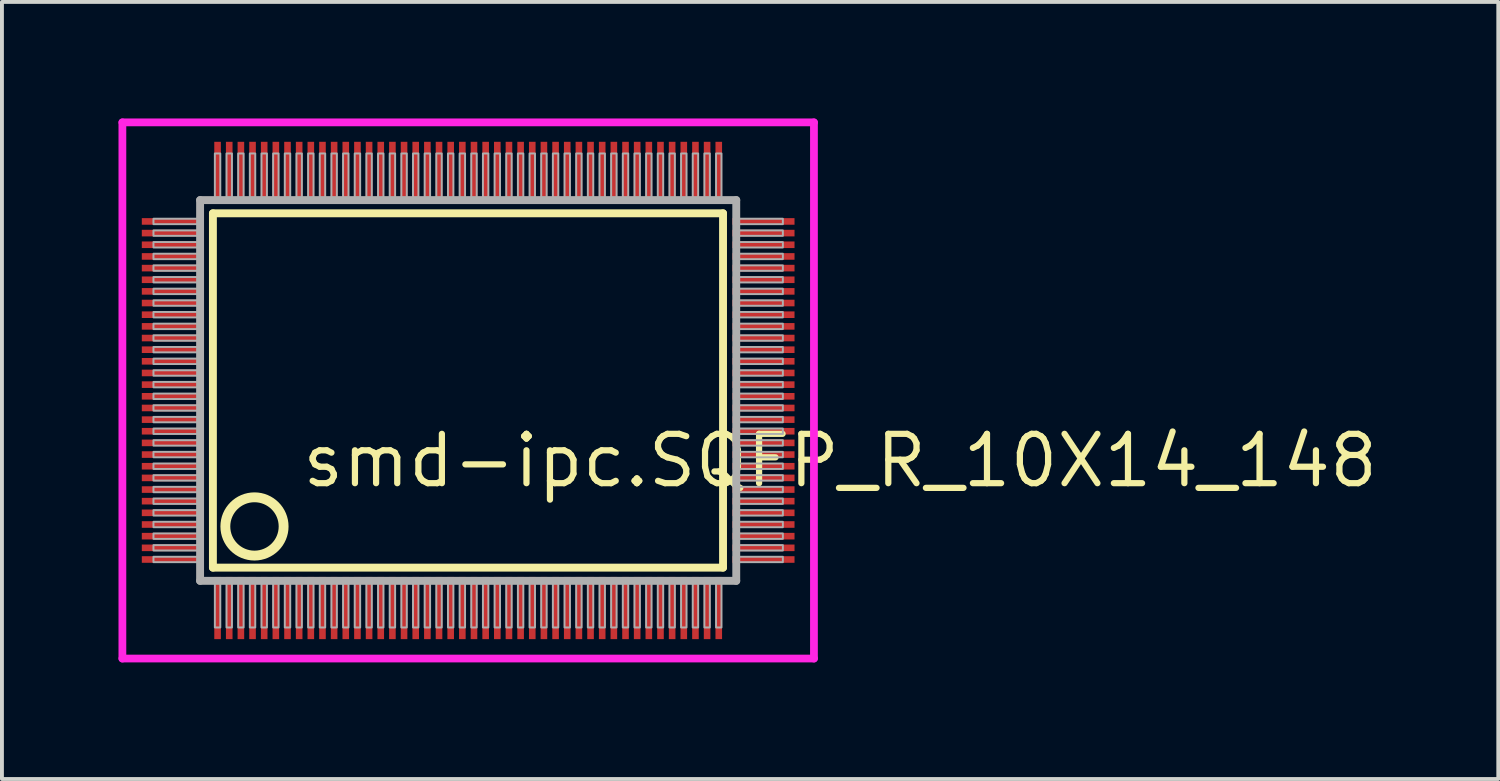
<source format=kicad_pcb>
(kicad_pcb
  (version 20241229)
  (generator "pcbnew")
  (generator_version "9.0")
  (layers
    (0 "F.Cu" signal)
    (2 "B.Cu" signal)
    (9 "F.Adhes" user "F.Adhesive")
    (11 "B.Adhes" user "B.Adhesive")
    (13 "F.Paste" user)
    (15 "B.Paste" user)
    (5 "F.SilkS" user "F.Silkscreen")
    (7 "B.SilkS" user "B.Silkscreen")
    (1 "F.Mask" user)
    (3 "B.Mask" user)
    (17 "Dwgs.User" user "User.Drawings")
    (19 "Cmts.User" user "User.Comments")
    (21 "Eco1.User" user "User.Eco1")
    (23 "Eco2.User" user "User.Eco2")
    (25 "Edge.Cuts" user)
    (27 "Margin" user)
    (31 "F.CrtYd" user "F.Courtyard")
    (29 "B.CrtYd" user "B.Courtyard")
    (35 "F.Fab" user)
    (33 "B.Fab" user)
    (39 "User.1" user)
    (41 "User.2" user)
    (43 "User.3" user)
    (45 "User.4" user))
  (footprint "smd-ipc.SQFP_R_10X14_148"
    (layer "F.Cu")
    (at 9 7)
    (property "Reference" "smd-ipc.SQFP_R_10X14_148" (at -4.35 2.55 0) (layer "F.SilkS") (effects (font (size 1.27 1.27) (thickness 0.16)) (justify left bottom)))
    (attr smd)
    (fp_line (start -6.57 -4.56) (end 6.56 -4.56) (stroke (width 0.203) (type default)) (layer "F.SilkS"))
    (fp_line (start -6.57 4.56) (end -6.57 -4.56) (stroke (width 0.203) (type default)) (layer "F.SilkS"))
    (fp_line (start 6.56 -4.56) (end 6.56 4.56) (stroke (width 0.203) (type default)) (layer "F.SilkS"))
    (fp_line (start 6.56 4.56) (end -6.57 4.56) (stroke (width 0.203) (type default)) (layer "F.SilkS"))
    (fp_circle (center -5.5 3.5) (end -4.75 3.5) (stroke (width 0.254) (type default)) (fill no) (layer "F.SilkS"))
    (fp_line (start -8.9 -6.9) (end 8.9 -6.9) (stroke (width 0.2) (type default)) (layer "F.CrtYd"))
    (fp_line (start -8.9 6.9) (end -8.9 -6.9) (stroke (width 0.2) (type default)) (layer "F.CrtYd"))
    (fp_line (start 8.9 -6.9) (end 8.9 6.9) (stroke (width 0.2) (type default)) (layer "F.CrtYd"))
    (fp_line (start 8.9 6.9) (end -8.9 6.9) (stroke (width 0.2) (type default)) (layer "F.CrtYd"))
    (fp_line (start -6.9 -4.9) (end -6.9 4.9) (stroke (width 0.203) (type default)) (layer "F.Fab"))
    (fp_line (start -6.9 4.9) (end 6.9 4.9) (stroke (width 0.203) (type default)) (layer "F.Fab"))
    (fp_line (start 6.9 -4.9) (end -6.9 -4.9) (stroke (width 0.203) (type default)) (layer "F.Fab"))
    (fp_line (start 6.9 4.9) (end 6.9 -4.9) (stroke (width 0.203) (type default)) (layer "F.Fab"))
    (fp_rect (start -8.1 -4.28) (end -6.95 -4.42) (stroke (width 0.05) (type default)) (fill no) (layer "F.Fab"))
    (fp_rect (start -8.1 -3.98) (end -6.95 -4.12) (stroke (width 0.05) (type default)) (fill no) (layer "F.Fab"))
    (fp_rect (start -8.1 -3.68) (end -6.95 -3.82) (stroke (width 0.05) (type default)) (fill no) (layer "F.Fab"))
    (fp_rect (start -8.1 -3.38) (end -6.95 -3.52) (stroke (width 0.05) (type default)) (fill no) (layer "F.Fab"))
    (fp_rect (start -8.1 -3.08) (end -6.95 -3.22) (stroke (width 0.05) (type default)) (fill no) (layer "F.Fab"))
    (fp_rect (start -8.1 -2.78) (end -6.95 -2.92) (stroke (width 0.05) (type default)) (fill no) (layer "F.Fab"))
    (fp_rect (start -8.1 -2.48) (end -6.95 -2.62) (stroke (width 0.05) (type default)) (fill no) (layer "F.Fab"))
    (fp_rect (start -8.1 -2.18) (end -6.95 -2.32) (stroke (width 0.05) (type default)) (fill no) (layer "F.Fab"))
    (fp_rect (start -8.1 -1.88) (end -6.95 -2.02) (stroke (width 0.05) (type default)) (fill no) (layer "F.Fab"))
    (fp_rect (start -8.1 -1.58) (end -6.95 -1.72) (stroke (width 0.05) (type default)) (fill no) (layer "F.Fab"))
    (fp_rect (start -8.1 -1.28) (end -6.95 -1.42) (stroke (width 0.05) (type default)) (fill no) (layer "F.Fab"))
    (fp_rect (start -8.1 -0.98) (end -6.95 -1.12) (stroke (width 0.05) (type default)) (fill no) (layer "F.Fab"))
    (fp_rect (start -8.1 -0.68) (end -6.95 -0.82) (stroke (width 0.05) (type default)) (fill no) (layer "F.Fab"))
    (fp_rect (start -8.1 -0.38) (end -6.95 -0.52) (stroke (width 0.05) (type default)) (fill no) (layer "F.Fab"))
    (fp_rect (start -8.1 -0.08) (end -6.95 -0.22) (stroke (width 0.05) (type default)) (fill no) (layer "F.Fab"))
    (fp_rect (start -8.1 0.22) (end -6.95 0.08) (stroke (width 0.05) (type default)) (fill no) (layer "F.Fab"))
    (fp_rect (start -8.1 0.52) (end -6.95 0.38) (stroke (width 0.05) (type default)) (fill no) (layer "F.Fab"))
    (fp_rect (start -8.1 0.82) (end -6.95 0.68) (stroke (width 0.05) (type default)) (fill no) (layer "F.Fab"))
    (fp_rect (start -8.1 1.12) (end -6.95 0.98) (stroke (width 0.05) (type default)) (fill no) (layer "F.Fab"))
    (fp_rect (start -8.1 1.42) (end -6.95 1.28) (stroke (width 0.05) (type default)) (fill no) (layer "F.Fab"))
    (fp_rect (start -8.1 1.72) (end -6.95 1.58) (stroke (width 0.05) (type default)) (fill no) (layer "F.Fab"))
    (fp_rect (start -8.1 2.02) (end -6.95 1.88) (stroke (width 0.05) (type default)) (fill no) (layer "F.Fab"))
    (fp_rect (start -8.1 2.32) (end -6.95 2.18) (stroke (width 0.05) (type default)) (fill no) (layer "F.Fab"))
    (fp_rect (start -8.1 2.62) (end -6.95 2.48) (stroke (width 0.05) (type default)) (fill no) (layer "F.Fab"))
    (fp_rect (start -8.1 2.92) (end -6.95 2.78) (stroke (width 0.05) (type default)) (fill no) (layer "F.Fab"))
    (fp_rect (start -8.1 3.22) (end -6.95 3.08) (stroke (width 0.05) (type default)) (fill no) (layer "F.Fab"))
    (fp_rect (start -8.1 3.52) (end -6.95 3.38) (stroke (width 0.05) (type default)) (fill no) (layer "F.Fab"))
    (fp_rect (start -8.1 3.82) (end -6.95 3.68) (stroke (width 0.05) (type default)) (fill no) (layer "F.Fab"))
    (fp_rect (start -8.1 4.12) (end -6.95 3.98) (stroke (width 0.05) (type default)) (fill no) (layer "F.Fab"))
    (fp_rect (start -8.1 4.42) (end -6.95 4.28) (stroke (width 0.05) (type default)) (fill no) (layer "F.Fab"))
    (fp_rect (start -6.52 -4.95) (end -6.38 -6.1) (stroke (width 0.05) (type default)) (fill no) (layer "F.Fab"))
    (fp_rect (start -6.52 6.1) (end -6.38 4.95) (stroke (width 0.05) (type default)) (fill no) (layer "F.Fab"))
    (fp_rect (start -6.22 -4.95) (end -6.08 -6.1) (stroke (width 0.05) (type default)) (fill no) (layer "F.Fab"))
    (fp_rect (start -6.22 6.1) (end -6.08 4.95) (stroke (width 0.05) (type default)) (fill no) (layer "F.Fab"))
    (fp_rect (start -5.92 -4.95) (end -5.78 -6.1) (stroke (width 0.05) (type default)) (fill no) (layer "F.Fab"))
    (fp_rect (start -5.92 6.1) (end -5.78 4.95) (stroke (width 0.05) (type default)) (fill no) (layer "F.Fab"))
    (fp_rect (start -5.62 -4.95) (end -5.48 -6.1) (stroke (width 0.05) (type default)) (fill no) (layer "F.Fab"))
    (fp_rect (start -5.62 6.1) (end -5.48 4.95) (stroke (width 0.05) (type default)) (fill no) (layer "F.Fab"))
    (fp_rect (start -5.32 -4.95) (end -5.18 -6.1) (stroke (width 0.05) (type default)) (fill no) (layer "F.Fab"))
    (fp_rect (start -5.32 6.1) (end -5.18 4.95) (stroke (width 0.05) (type default)) (fill no) (layer "F.Fab"))
    (fp_rect (start -5.02 -4.95) (end -4.88 -6.1) (stroke (width 0.05) (type default)) (fill no) (layer "F.Fab"))
    (fp_rect (start -5.02 6.1) (end -4.88 4.95) (stroke (width 0.05) (type default)) (fill no) (layer "F.Fab"))
    (fp_rect (start -4.72 -4.95) (end -4.58 -6.1) (stroke (width 0.05) (type default)) (fill no) (layer "F.Fab"))
    (fp_rect (start -4.72 6.1) (end -4.58 4.95) (stroke (width 0.05) (type default)) (fill no) (layer "F.Fab"))
    (fp_rect (start -4.42 -4.95) (end -4.28 -6.1) (stroke (width 0.05) (type default)) (fill no) (layer "F.Fab"))
    (fp_rect (start -4.42 6.1) (end -4.28 4.95) (stroke (width 0.05) (type default)) (fill no) (layer "F.Fab"))
    (fp_rect (start -4.12 -4.95) (end -3.98 -6.1) (stroke (width 0.05) (type default)) (fill no) (layer "F.Fab"))
    (fp_rect (start -4.12 6.1) (end -3.98 4.95) (stroke (width 0.05) (type default)) (fill no) (layer "F.Fab"))
    (fp_rect (start -3.82 -4.95) (end -3.68 -6.1) (stroke (width 0.05) (type default)) (fill no) (layer "F.Fab"))
    (fp_rect (start -3.82 6.1) (end -3.68 4.95) (stroke (width 0.05) (type default)) (fill no) (layer "F.Fab"))
    (fp_rect (start -3.52 -4.95) (end -3.38 -6.1) (stroke (width 0.05) (type default)) (fill no) (layer "F.Fab"))
    (fp_rect (start -3.52 6.1) (end -3.38 4.95) (stroke (width 0.05) (type default)) (fill no) (layer "F.Fab"))
    (fp_rect (start -3.22 -4.95) (end -3.08 -6.1) (stroke (width 0.05) (type default)) (fill no) (layer "F.Fab"))
    (fp_rect (start -3.22 6.1) (end -3.08 4.95) (stroke (width 0.05) (type default)) (fill no) (layer "F.Fab"))
    (fp_rect (start -2.92 -4.95) (end -2.78 -6.1) (stroke (width 0.05) (type default)) (fill no) (layer "F.Fab"))
    (fp_rect (start -2.92 6.1) (end -2.78 4.95) (stroke (width 0.05) (type default)) (fill no) (layer "F.Fab"))
    (fp_rect (start -2.62 -4.95) (end -2.48 -6.1) (stroke (width 0.05) (type default)) (fill no) (layer "F.Fab"))
    (fp_rect (start -2.62 6.1) (end -2.48 4.95) (stroke (width 0.05) (type default)) (fill no) (layer "F.Fab"))
    (fp_rect (start -2.32 -4.95) (end -2.18 -6.1) (stroke (width 0.05) (type default)) (fill no) (layer "F.Fab"))
    (fp_rect (start -2.32 6.1) (end -2.18 4.95) (stroke (width 0.05) (type default)) (fill no) (layer "F.Fab"))
    (fp_rect (start -2.02 -4.95) (end -1.88 -6.1) (stroke (width 0.05) (type default)) (fill no) (layer "F.Fab"))
    (fp_rect (start -2.02 6.1) (end -1.88 4.95) (stroke (width 0.05) (type default)) (fill no) (layer "F.Fab"))
    (fp_rect (start -1.72 -4.95) (end -1.58 -6.1) (stroke (width 0.05) (type default)) (fill no) (layer "F.Fab"))
    (fp_rect (start -1.72 6.1) (end -1.58 4.95) (stroke (width 0.05) (type default)) (fill no) (layer "F.Fab"))
    (fp_rect (start -1.42 -4.95) (end -1.28 -6.1) (stroke (width 0.05) (type default)) (fill no) (layer "F.Fab"))
    (fp_rect (start -1.42 6.1) (end -1.28 4.95) (stroke (width 0.05) (type default)) (fill no) (layer "F.Fab"))
    (fp_rect (start -1.12 -4.95) (end -0.98 -6.1) (stroke (width 0.05) (type default)) (fill no) (layer "F.Fab"))
    (fp_rect (start -1.12 6.1) (end -0.98 4.95) (stroke (width 0.05) (type default)) (fill no) (layer "F.Fab"))
    (fp_rect (start -0.82 -4.95) (end -0.68 -6.1) (stroke (width 0.05) (type default)) (fill no) (layer "F.Fab"))
    (fp_rect (start -0.82 6.1) (end -0.68 4.95) (stroke (width 0.05) (type default)) (fill no) (layer "F.Fab"))
    (fp_rect (start -0.52 -4.95) (end -0.38 -6.1) (stroke (width 0.05) (type default)) (fill no) (layer "F.Fab"))
    (fp_rect (start -0.52 6.1) (end -0.38 4.95) (stroke (width 0.05) (type default)) (fill no) (layer "F.Fab"))
    (fp_rect (start -0.22 -4.95) (end -0.08 -6.1) (stroke (width 0.05) (type default)) (fill no) (layer "F.Fab"))
    (fp_rect (start -0.22 6.1) (end -0.08 4.95) (stroke (width 0.05) (type default)) (fill no) (layer "F.Fab"))
    (fp_rect (start 0.08 -4.95) (end 0.22 -6.1) (stroke (width 0.05) (type default)) (fill no) (layer "F.Fab"))
    (fp_rect (start 0.08 6.1) (end 0.22 4.95) (stroke (width 0.05) (type default)) (fill no) (layer "F.Fab"))
    (fp_rect (start 0.38 -4.95) (end 0.52 -6.1) (stroke (width 0.05) (type default)) (fill no) (layer "F.Fab"))
    (fp_rect (start 0.38 6.1) (end 0.52 4.95) (stroke (width 0.05) (type default)) (fill no) (layer "F.Fab"))
    (fp_rect (start 0.68 -4.95) (end 0.82 -6.1) (stroke (width 0.05) (type default)) (fill no) (layer "F.Fab"))
    (fp_rect (start 0.68 6.1) (end 0.82 4.95) (stroke (width 0.05) (type default)) (fill no) (layer "F.Fab"))
    (fp_rect (start 0.98 -4.95) (end 1.12 -6.1) (stroke (width 0.05) (type default)) (fill no) (layer "F.Fab"))
    (fp_rect (start 0.98 6.1) (end 1.12 4.95) (stroke (width 0.05) (type default)) (fill no) (layer "F.Fab"))
    (fp_rect (start 1.28 -4.95) (end 1.42 -6.1) (stroke (width 0.05) (type default)) (fill no) (layer "F.Fab"))
    (fp_rect (start 1.28 6.1) (end 1.42 4.95) (stroke (width 0.05) (type default)) (fill no) (layer "F.Fab"))
    (fp_rect (start 1.58 -4.95) (end 1.72 -6.1) (stroke (width 0.05) (type default)) (fill no) (layer "F.Fab"))
    (fp_rect (start 1.58 6.1) (end 1.72 4.95) (stroke (width 0.05) (type default)) (fill no) (layer "F.Fab"))
    (fp_rect (start 1.88 -4.95) (end 2.02 -6.1) (stroke (width 0.05) (type default)) (fill no) (layer "F.Fab"))
    (fp_rect (start 1.88 6.1) (end 2.02 4.95) (stroke (width 0.05) (type default)) (fill no) (layer "F.Fab"))
    (fp_rect (start 2.18 -4.95) (end 2.32 -6.1) (stroke (width 0.05) (type default)) (fill no) (layer "F.Fab"))
    (fp_rect (start 2.18 6.1) (end 2.32 4.95) (stroke (width 0.05) (type default)) (fill no) (layer "F.Fab"))
    (fp_rect (start 2.48 -4.95) (end 2.62 -6.1) (stroke (width 0.05) (type default)) (fill no) (layer "F.Fab"))
    (fp_rect (start 2.48 6.1) (end 2.62 4.95) (stroke (width 0.05) (type default)) (fill no) (layer "F.Fab"))
    (fp_rect (start 2.78 -4.95) (end 2.92 -6.1) (stroke (width 0.05) (type default)) (fill no) (layer "F.Fab"))
    (fp_rect (start 2.78 6.1) (end 2.92 4.95) (stroke (width 0.05) (type default)) (fill no) (layer "F.Fab"))
    (fp_rect (start 3.08 -4.95) (end 3.22 -6.1) (stroke (width 0.05) (type default)) (fill no) (layer "F.Fab"))
    (fp_rect (start 3.08 6.1) (end 3.22 4.95) (stroke (width 0.05) (type default)) (fill no) (layer "F.Fab"))
    (fp_rect (start 3.38 -4.95) (end 3.52 -6.1) (stroke (width 0.05) (type default)) (fill no) (layer "F.Fab"))
    (fp_rect (start 3.38 6.1) (end 3.52 4.95) (stroke (width 0.05) (type default)) (fill no) (layer "F.Fab"))
    (fp_rect (start 3.68 -4.95) (end 3.82 -6.1) (stroke (width 0.05) (type default)) (fill no) (layer "F.Fab"))
    (fp_rect (start 3.68 6.1) (end 3.82 4.95) (stroke (width 0.05) (type default)) (fill no) (layer "F.Fab"))
    (fp_rect (start 3.98 -4.95) (end 4.12 -6.1) (stroke (width 0.05) (type default)) (fill no) (layer "F.Fab"))
    (fp_rect (start 3.98 6.1) (end 4.12 4.95) (stroke (width 0.05) (type default)) (fill no) (layer "F.Fab"))
    (fp_rect (start 4.28 -4.95) (end 4.42 -6.1) (stroke (width 0.05) (type default)) (fill no) (layer "F.Fab"))
    (fp_rect (start 4.28 6.1) (end 4.42 4.95) (stroke (width 0.05) (type default)) (fill no) (layer "F.Fab"))
    (fp_rect (start 4.58 -4.95) (end 4.72 -6.1) (stroke (width 0.05) (type default)) (fill no) (layer "F.Fab"))
    (fp_rect (start 4.58 6.1) (end 4.72 4.95) (stroke (width 0.05) (type default)) (fill no) (layer "F.Fab"))
    (fp_rect (start 4.88 -4.95) (end 5.02 -6.1) (stroke (width 0.05) (type default)) (fill no) (layer "F.Fab"))
    (fp_rect (start 4.88 6.1) (end 5.02 4.95) (stroke (width 0.05) (type default)) (fill no) (layer "F.Fab"))
    (fp_rect (start 5.18 -4.95) (end 5.32 -6.1) (stroke (width 0.05) (type default)) (fill no) (layer "F.Fab"))
    (fp_rect (start 5.18 6.1) (end 5.32 4.95) (stroke (width 0.05) (type default)) (fill no) (layer "F.Fab"))
    (fp_rect (start 5.48 -4.95) (end 5.62 -6.1) (stroke (width 0.05) (type default)) (fill no) (layer "F.Fab"))
    (fp_rect (start 5.48 6.1) (end 5.62 4.95) (stroke (width 0.05) (type default)) (fill no) (layer "F.Fab"))
    (fp_rect (start 5.78 -4.95) (end 5.92 -6.1) (stroke (width 0.05) (type default)) (fill no) (layer "F.Fab"))
    (fp_rect (start 5.78 6.1) (end 5.92 4.95) (stroke (width 0.05) (type default)) (fill no) (layer "F.Fab"))
    (fp_rect (start 6.08 -4.95) (end 6.22 -6.1) (stroke (width 0.05) (type default)) (fill no) (layer "F.Fab"))
    (fp_rect (start 6.08 6.1) (end 6.22 4.95) (stroke (width 0.05) (type default)) (fill no) (layer "F.Fab"))
    (fp_rect (start 6.38 -4.95) (end 6.52 -6.1) (stroke (width 0.05) (type default)) (fill no) (layer "F.Fab"))
    (fp_rect (start 6.38 6.1) (end 6.52 4.95) (stroke (width 0.05) (type default)) (fill no) (layer "F.Fab"))
    (fp_rect (start 6.95 -4.28) (end 8.1 -4.42) (stroke (width 0.05) (type default)) (fill no) (layer "F.Fab"))
    (fp_rect (start 6.95 -3.98) (end 8.1 -4.12) (stroke (width 0.05) (type default)) (fill no) (layer "F.Fab"))
    (fp_rect (start 6.95 -3.68) (end 8.1 -3.82) (stroke (width 0.05) (type default)) (fill no) (layer "F.Fab"))
    (fp_rect (start 6.95 -3.38) (end 8.1 -3.52) (stroke (width 0.05) (type default)) (fill no) (layer "F.Fab"))
    (fp_rect (start 6.95 -3.08) (end 8.1 -3.22) (stroke (width 0.05) (type default)) (fill no) (layer "F.Fab"))
    (fp_rect (start 6.95 -2.78) (end 8.1 -2.92) (stroke (width 0.05) (type default)) (fill no) (layer "F.Fab"))
    (fp_rect (start 6.95 -2.48) (end 8.1 -2.62) (stroke (width 0.05) (type default)) (fill no) (layer "F.Fab"))
    (fp_rect (start 6.95 -2.18) (end 8.1 -2.32) (stroke (width 0.05) (type default)) (fill no) (layer "F.Fab"))
    (fp_rect (start 6.95 -1.88) (end 8.1 -2.02) (stroke (width 0.05) (type default)) (fill no) (layer "F.Fab"))
    (fp_rect (start 6.95 -1.58) (end 8.1 -1.72) (stroke (width 0.05) (type default)) (fill no) (layer "F.Fab"))
    (fp_rect (start 6.95 -1.28) (end 8.1 -1.42) (stroke (width 0.05) (type default)) (fill no) (layer "F.Fab"))
    (fp_rect (start 6.95 -0.98) (end 8.1 -1.12) (stroke (width 0.05) (type default)) (fill no) (layer "F.Fab"))
    (fp_rect (start 6.95 -0.68) (end 8.1 -0.82) (stroke (width 0.05) (type default)) (fill no) (layer "F.Fab"))
    (fp_rect (start 6.95 -0.38) (end 8.1 -0.52) (stroke (width 0.05) (type default)) (fill no) (layer "F.Fab"))
    (fp_rect (start 6.95 -0.08) (end 8.1 -0.22) (stroke (width 0.05) (type default)) (fill no) (layer "F.Fab"))
    (fp_rect (start 6.95 0.22) (end 8.1 0.08) (stroke (width 0.05) (type default)) (fill no) (layer "F.Fab"))
    (fp_rect (start 6.95 0.52) (end 8.1 0.38) (stroke (width 0.05) (type default)) (fill no) (layer "F.Fab"))
    (fp_rect (start 6.95 0.82) (end 8.1 0.68) (stroke (width 0.05) (type default)) (fill no) (layer "F.Fab"))
    (fp_rect (start 6.95 1.12) (end 8.1 0.98) (stroke (width 0.05) (type default)) (fill no) (layer "F.Fab"))
    (fp_rect (start 6.95 1.42) (end 8.1 1.28) (stroke (width 0.05) (type default)) (fill no) (layer "F.Fab"))
    (fp_rect (start 6.95 1.72) (end 8.1 1.58) (stroke (width 0.05) (type default)) (fill no) (layer "F.Fab"))
    (fp_rect (start 6.95 2.02) (end 8.1 1.88) (stroke (width 0.05) (type default)) (fill no) (layer "F.Fab"))
    (fp_rect (start 6.95 2.32) (end 8.1 2.18) (stroke (width 0.05) (type default)) (fill no) (layer "F.Fab"))
    (fp_rect (start 6.95 2.62) (end 8.1 2.48) (stroke (width 0.05) (type default)) (fill no) (layer "F.Fab"))
    (fp_rect (start 6.95 2.92) (end 8.1 2.78) (stroke (width 0.05) (type default)) (fill no) (layer "F.Fab"))
    (fp_rect (start 6.95 3.22) (end 8.1 3.08) (stroke (width 0.05) (type default)) (fill no) (layer "F.Fab"))
    (fp_rect (start 6.95 3.52) (end 8.1 3.38) (stroke (width 0.05) (type default)) (fill no) (layer "F.Fab"))
    (fp_rect (start 6.95 3.82) (end 8.1 3.68) (stroke (width 0.05) (type default)) (fill no) (layer "F.Fab"))
    (fp_rect (start 6.95 4.12) (end 8.1 3.98) (stroke (width 0.05) (type default)) (fill no) (layer "F.Fab"))
    (fp_rect (start 6.95 4.42) (end 8.1 4.28) (stroke (width 0.05) (type default)) (fill no) (layer "F.Fab"))
    (pad "1" smd roundrect (at -6.45 5.6) (size 0.17 1.6) (layers "F.Cu" "F.Mask" "F.Paste") (roundrect_rratio 0.01))
    (pad "2" smd roundrect (at -6.15 5.6) (size 0.17 1.6) (layers "F.Cu" "F.Mask" "F.Paste") (roundrect_rratio 0.01))
    (pad "3" smd roundrect (at -5.85 5.6) (size 0.17 1.6) (layers "F.Cu" "F.Mask" "F.Paste") (roundrect_rratio 0.01))
    (pad "4" smd roundrect (at -5.55 5.6) (size 0.17 1.6) (layers "F.Cu" "F.Mask" "F.Paste") (roundrect_rratio 0.01))
    (pad "5" smd roundrect (at -5.25 5.6) (size 0.17 1.6) (layers "F.Cu" "F.Mask" "F.Paste") (roundrect_rratio 0.01))
    (pad "6" smd roundrect (at -4.95 5.6) (size 0.17 1.6) (layers "F.Cu" "F.Mask" "F.Paste") (roundrect_rratio 0.01))
    (pad "7" smd roundrect (at -4.65 5.6) (size 0.17 1.6) (layers "F.Cu" "F.Mask" "F.Paste") (roundrect_rratio 0.01))
    (pad "8" smd roundrect (at -4.35 5.6) (size 0.17 1.6) (layers "F.Cu" "F.Mask" "F.Paste") (roundrect_rratio 0.01))
    (pad "9" smd roundrect (at -4.05 5.6) (size 0.17 1.6) (layers "F.Cu" "F.Mask" "F.Paste") (roundrect_rratio 0.01))
    (pad "10" smd roundrect (at -3.75 5.6) (size 0.17 1.6) (layers "F.Cu" "F.Mask" "F.Paste") (roundrect_rratio 0.01))
    (pad "11" smd roundrect (at -3.45 5.6) (size 0.17 1.6) (layers "F.Cu" "F.Mask" "F.Paste") (roundrect_rratio 0.01))
    (pad "12" smd roundrect (at -3.15 5.6) (size 0.17 1.6) (layers "F.Cu" "F.Mask" "F.Paste") (roundrect_rratio 0.01))
    (pad "13" smd roundrect (at -2.85 5.6) (size 0.17 1.6) (layers "F.Cu" "F.Mask" "F.Paste") (roundrect_rratio 0.01))
    (pad "14" smd roundrect (at -2.55 5.6) (size 0.17 1.6) (layers "F.Cu" "F.Mask" "F.Paste") (roundrect_rratio 0.01))
    (pad "15" smd roundrect (at -2.25 5.6) (size 0.17 1.6) (layers "F.Cu" "F.Mask" "F.Paste") (roundrect_rratio 0.01))
    (pad "16" smd roundrect (at -1.95 5.6) (size 0.17 1.6) (layers "F.Cu" "F.Mask" "F.Paste") (roundrect_rratio 0.01))
    (pad "17" smd roundrect (at -1.65 5.6) (size 0.17 1.6) (layers "F.Cu" "F.Mask" "F.Paste") (roundrect_rratio 0.01))
    (pad "18" smd roundrect (at -1.35 5.6) (size 0.17 1.6) (layers "F.Cu" "F.Mask" "F.Paste") (roundrect_rratio 0.01))
    (pad "19" smd roundrect (at -1.05 5.6) (size 0.17 1.6) (layers "F.Cu" "F.Mask" "F.Paste") (roundrect_rratio 0.01))
    (pad "20" smd roundrect (at -0.75 5.6) (size 0.17 1.6) (layers "F.Cu" "F.Mask" "F.Paste") (roundrect_rratio 0.01))
    (pad "21" smd roundrect (at -0.45 5.6) (size 0.17 1.6) (layers "F.Cu" "F.Mask" "F.Paste") (roundrect_rratio 0.01))
    (pad "22" smd roundrect (at -0.15 5.6) (size 0.17 1.6) (layers "F.Cu" "F.Mask" "F.Paste") (roundrect_rratio 0.01))
    (pad "23" smd roundrect (at 0.15 5.6) (size 0.17 1.6) (layers "F.Cu" "F.Mask" "F.Paste") (roundrect_rratio 0.01))
    (pad "24" smd roundrect (at 0.45 5.6) (size 0.17 1.6) (layers "F.Cu" "F.Mask" "F.Paste") (roundrect_rratio 0.01))
    (pad "25" smd roundrect (at 0.75 5.6) (size 0.17 1.6) (layers "F.Cu" "F.Mask" "F.Paste") (roundrect_rratio 0.01))
    (pad "26" smd roundrect (at 1.05 5.6) (size 0.17 1.6) (layers "F.Cu" "F.Mask" "F.Paste") (roundrect_rratio 0.01))
    (pad "27" smd roundrect (at 1.35 5.6) (size 0.17 1.6) (layers "F.Cu" "F.Mask" "F.Paste") (roundrect_rratio 0.01))
    (pad "28" smd roundrect (at 1.65 5.6) (size 0.17 1.6) (layers "F.Cu" "F.Mask" "F.Paste") (roundrect_rratio 0.01))
    (pad "29" smd roundrect (at 1.95 5.6) (size 0.17 1.6) (layers "F.Cu" "F.Mask" "F.Paste") (roundrect_rratio 0.01))
    (pad "30" smd roundrect (at 2.25 5.6) (size 0.17 1.6) (layers "F.Cu" "F.Mask" "F.Paste") (roundrect_rratio 0.01))
    (pad "31" smd roundrect (at 2.55 5.6) (size 0.17 1.6) (layers "F.Cu" "F.Mask" "F.Paste") (roundrect_rratio 0.01))
    (pad "32" smd roundrect (at 2.85 5.6) (size 0.17 1.6) (layers "F.Cu" "F.Mask" "F.Paste") (roundrect_rratio 0.01))
    (pad "33" smd roundrect (at 3.15 5.6) (size 0.17 1.6) (layers "F.Cu" "F.Mask" "F.Paste") (roundrect_rratio 0.01))
    (pad "34" smd roundrect (at 3.45 5.6) (size 0.17 1.6) (layers "F.Cu" "F.Mask" "F.Paste") (roundrect_rratio 0.01))
    (pad "35" smd roundrect (at 3.75 5.6) (size 0.17 1.6) (layers "F.Cu" "F.Mask" "F.Paste") (roundrect_rratio 0.01))
    (pad "36" smd roundrect (at 4.05 5.6) (size 0.17 1.6) (layers "F.Cu" "F.Mask" "F.Paste") (roundrect_rratio 0.01))
    (pad "37" smd roundrect (at 4.35 5.6) (size 0.17 1.6) (layers "F.Cu" "F.Mask" "F.Paste") (roundrect_rratio 0.01))
    (pad "38" smd roundrect (at 4.65 5.6) (size 0.17 1.6) (layers "F.Cu" "F.Mask" "F.Paste") (roundrect_rratio 0.01))
    (pad "39" smd roundrect (at 4.95 5.6) (size 0.17 1.6) (layers "F.Cu" "F.Mask" "F.Paste") (roundrect_rratio 0.01))
    (pad "40" smd roundrect (at 5.25 5.6) (size 0.17 1.6) (layers "F.Cu" "F.Mask" "F.Paste") (roundrect_rratio 0.01))
    (pad "41" smd roundrect (at 5.55 5.6) (size 0.17 1.6) (layers "F.Cu" "F.Mask" "F.Paste") (roundrect_rratio 0.01))
    (pad "42" smd roundrect (at 5.85 5.6) (size 0.17 1.6) (layers "F.Cu" "F.Mask" "F.Paste") (roundrect_rratio 0.01))
    (pad "43" smd roundrect (at 6.15 5.6) (size 0.17 1.6) (layers "F.Cu" "F.Mask" "F.Paste") (roundrect_rratio 0.01))
    (pad "44" smd roundrect (at 6.45 5.6) (size 0.17 1.6) (layers "F.Cu" "F.Mask" "F.Paste") (roundrect_rratio 0.01))
    (pad "45" smd roundrect (at 7.6 4.35) (size 1.6 0.17) (layers "F.Cu" "F.Mask" "F.Paste") (roundrect_rratio 0.01))
    (pad "46" smd roundrect (at 7.6 4.05) (size 1.6 0.17) (layers "F.Cu" "F.Mask" "F.Paste") (roundrect_rratio 0.01))
    (pad "47" smd roundrect (at 7.6 3.75) (size 1.6 0.17) (layers "F.Cu" "F.Mask" "F.Paste") (roundrect_rratio 0.01))
    (pad "48" smd roundrect (at 7.6 3.45) (size 1.6 0.17) (layers "F.Cu" "F.Mask" "F.Paste") (roundrect_rratio 0.01))
    (pad "49" smd roundrect (at 7.6 3.15) (size 1.6 0.17) (layers "F.Cu" "F.Mask" "F.Paste") (roundrect_rratio 0.01))
    (pad "50" smd roundrect (at 7.6 2.85) (size 1.6 0.17) (layers "F.Cu" "F.Mask" "F.Paste") (roundrect_rratio 0.01))
    (pad "51" smd roundrect (at 7.6 2.55) (size 1.6 0.17) (layers "F.Cu" "F.Mask" "F.Paste") (roundrect_rratio 0.01))
    (pad "52" smd roundrect (at 7.6 2.25) (size 1.6 0.17) (layers "F.Cu" "F.Mask" "F.Paste") (roundrect_rratio 0.01))
    (pad "53" smd roundrect (at 7.6 1.95) (size 1.6 0.17) (layers "F.Cu" "F.Mask" "F.Paste") (roundrect_rratio 0.01))
    (pad "54" smd roundrect (at 7.6 1.65) (size 1.6 0.17) (layers "F.Cu" "F.Mask" "F.Paste") (roundrect_rratio 0.01))
    (pad "55" smd roundrect (at 7.6 1.35) (size 1.6 0.17) (layers "F.Cu" "F.Mask" "F.Paste") (roundrect_rratio 0.01))
    (pad "56" smd roundrect (at 7.6 1.05) (size 1.6 0.17) (layers "F.Cu" "F.Mask" "F.Paste") (roundrect_rratio 0.01))
    (pad "57" smd roundrect (at 7.6 0.75) (size 1.6 0.17) (layers "F.Cu" "F.Mask" "F.Paste") (roundrect_rratio 0.01))
    (pad "58" smd roundrect (at 7.6 0.45) (size 1.6 0.17) (layers "F.Cu" "F.Mask" "F.Paste") (roundrect_rratio 0.01))
    (pad "59" smd roundrect (at 7.6 0.15) (size 1.6 0.17) (layers "F.Cu" "F.Mask" "F.Paste") (roundrect_rratio 0.01))
    (pad "60" smd roundrect (at 7.6 -0.15) (size 1.6 0.17) (layers "F.Cu" "F.Mask" "F.Paste") (roundrect_rratio 0.01))
    (pad "61" smd roundrect (at 7.6 -0.45) (size 1.6 0.17) (layers "F.Cu" "F.Mask" "F.Paste") (roundrect_rratio 0.01))
    (pad "62" smd roundrect (at 7.6 -0.75) (size 1.6 0.17) (layers "F.Cu" "F.Mask" "F.Paste") (roundrect_rratio 0.01))
    (pad "63" smd roundrect (at 7.6 -1.05) (size 1.6 0.17) (layers "F.Cu" "F.Mask" "F.Paste") (roundrect_rratio 0.01))
    (pad "64" smd roundrect (at 7.6 -1.35) (size 1.6 0.17) (layers "F.Cu" "F.Mask" "F.Paste") (roundrect_rratio 0.01))
    (pad "65" smd roundrect (at 7.6 -1.65) (size 1.6 0.17) (layers "F.Cu" "F.Mask" "F.Paste") (roundrect_rratio 0.01))
    (pad "66" smd roundrect (at 7.6 -1.95) (size 1.6 0.17) (layers "F.Cu" "F.Mask" "F.Paste") (roundrect_rratio 0.01))
    (pad "67" smd roundrect (at 7.6 -2.25) (size 1.6 0.17) (layers "F.Cu" "F.Mask" "F.Paste") (roundrect_rratio 0.01))
    (pad "68" smd roundrect (at 7.6 -2.55) (size 1.6 0.17) (layers "F.Cu" "F.Mask" "F.Paste") (roundrect_rratio 0.01))
    (pad "69" smd roundrect (at 7.6 -2.85) (size 1.6 0.17) (layers "F.Cu" "F.Mask" "F.Paste") (roundrect_rratio 0.01))
    (pad "70" smd roundrect (at 7.6 -3.15) (size 1.6 0.17) (layers "F.Cu" "F.Mask" "F.Paste") (roundrect_rratio 0.01))
    (pad "71" smd roundrect (at 7.6 -3.45) (size 1.6 0.17) (layers "F.Cu" "F.Mask" "F.Paste") (roundrect_rratio 0.01))
    (pad "72" smd roundrect (at 7.6 -3.75) (size 1.6 0.17) (layers "F.Cu" "F.Mask" "F.Paste") (roundrect_rratio 0.01))
    (pad "73" smd roundrect (at 7.6 -4.05) (size 1.6 0.17) (layers "F.Cu" "F.Mask" "F.Paste") (roundrect_rratio 0.01))
    (pad "74" smd roundrect (at 7.6 -4.35) (size 1.6 0.17) (layers "F.Cu" "F.Mask" "F.Paste") (roundrect_rratio 0.01))
    (pad "75" smd roundrect (at 6.45 -5.6) (size 0.17 1.6) (layers "F.Cu" "F.Mask" "F.Paste") (roundrect_rratio 0.01))
    (pad "76" smd roundrect (at 6.15 -5.6) (size 0.17 1.6) (layers "F.Cu" "F.Mask" "F.Paste") (roundrect_rratio 0.01))
    (pad "77" smd roundrect (at 5.85 -5.6) (size 0.17 1.6) (layers "F.Cu" "F.Mask" "F.Paste") (roundrect_rratio 0.01))
    (pad "78" smd roundrect (at 5.55 -5.6) (size 0.17 1.6) (layers "F.Cu" "F.Mask" "F.Paste") (roundrect_rratio 0.01))
    (pad "79" smd roundrect (at 5.25 -5.6) (size 0.17 1.6) (layers "F.Cu" "F.Mask" "F.Paste") (roundrect_rratio 0.01))
    (pad "80" smd roundrect (at 4.95 -5.6) (size 0.17 1.6) (layers "F.Cu" "F.Mask" "F.Paste") (roundrect_rratio 0.01))
    (pad "81" smd roundrect (at 4.65 -5.6) (size 0.17 1.6) (layers "F.Cu" "F.Mask" "F.Paste") (roundrect_rratio 0.01))
    (pad "82" smd roundrect (at 4.35 -5.6) (size 0.17 1.6) (layers "F.Cu" "F.Mask" "F.Paste") (roundrect_rratio 0.01))
    (pad "83" smd roundrect (at 4.05 -5.6) (size 0.17 1.6) (layers "F.Cu" "F.Mask" "F.Paste") (roundrect_rratio 0.01))
    (pad "84" smd roundrect (at 3.75 -5.6) (size 0.17 1.6) (layers "F.Cu" "F.Mask" "F.Paste") (roundrect_rratio 0.01))
    (pad "85" smd roundrect (at 3.45 -5.6) (size 0.17 1.6) (layers "F.Cu" "F.Mask" "F.Paste") (roundrect_rratio 0.01))
    (pad "86" smd roundrect (at 3.15 -5.6) (size 0.17 1.6) (layers "F.Cu" "F.Mask" "F.Paste") (roundrect_rratio 0.01))
    (pad "87" smd roundrect (at 2.85 -5.6) (size 0.17 1.6) (layers "F.Cu" "F.Mask" "F.Paste") (roundrect_rratio 0.01))
    (pad "88" smd roundrect (at 2.55 -5.6) (size 0.17 1.6) (layers "F.Cu" "F.Mask" "F.Paste") (roundrect_rratio 0.01))
    (pad "89" smd roundrect (at 2.25 -5.6) (size 0.17 1.6) (layers "F.Cu" "F.Mask" "F.Paste") (roundrect_rratio 0.01))
    (pad "90" smd roundrect (at 1.95 -5.6) (size 0.17 1.6) (layers "F.Cu" "F.Mask" "F.Paste") (roundrect_rratio 0.01))
    (pad "91" smd roundrect (at 1.65 -5.6) (size 0.17 1.6) (layers "F.Cu" "F.Mask" "F.Paste") (roundrect_rratio 0.01))
    (pad "92" smd roundrect (at 1.35 -5.6) (size 0.17 1.6) (layers "F.Cu" "F.Mask" "F.Paste") (roundrect_rratio 0.01))
    (pad "93" smd roundrect (at 1.05 -5.6) (size 0.17 1.6) (layers "F.Cu" "F.Mask" "F.Paste") (roundrect_rratio 0.01))
    (pad "94" smd roundrect (at 0.75 -5.6) (size 0.17 1.6) (layers "F.Cu" "F.Mask" "F.Paste") (roundrect_rratio 0.01))
    (pad "95" smd roundrect (at 0.45 -5.6) (size 0.17 1.6) (layers "F.Cu" "F.Mask" "F.Paste") (roundrect_rratio 0.01))
    (pad "96" smd roundrect (at 0.15 -5.6) (size 0.17 1.6) (layers "F.Cu" "F.Mask" "F.Paste") (roundrect_rratio 0.01))
    (pad "97" smd roundrect (at -0.15 -5.6) (size 0.17 1.6) (layers "F.Cu" "F.Mask" "F.Paste") (roundrect_rratio 0.01))
    (pad "98" smd roundrect (at -0.45 -5.6) (size 0.17 1.6) (layers "F.Cu" "F.Mask" "F.Paste") (roundrect_rratio 0.01))
    (pad "99" smd roundrect (at -0.75 -5.6) (size 0.17 1.6) (layers "F.Cu" "F.Mask" "F.Paste") (roundrect_rratio 0.01))
    (pad "100" smd roundrect (at -1.05 -5.6) (size 0.17 1.6) (layers "F.Cu" "F.Mask" "F.Paste") (roundrect_rratio 0.01))
    (pad "101" smd roundrect (at -1.35 -5.6) (size 0.17 1.6) (layers "F.Cu" "F.Mask" "F.Paste") (roundrect_rratio 0.01))
    (pad "102" smd roundrect (at -1.65 -5.6) (size 0.17 1.6) (layers "F.Cu" "F.Mask" "F.Paste") (roundrect_rratio 0.01))
    (pad "103" smd roundrect (at -1.95 -5.6) (size 0.17 1.6) (layers "F.Cu" "F.Mask" "F.Paste") (roundrect_rratio 0.01))
    (pad "104" smd roundrect (at -2.25 -5.6) (size 0.17 1.6) (layers "F.Cu" "F.Mask" "F.Paste") (roundrect_rratio 0.01))
    (pad "105" smd roundrect (at -2.55 -5.6) (size 0.17 1.6) (layers "F.Cu" "F.Mask" "F.Paste") (roundrect_rratio 0.01))
    (pad "106" smd roundrect (at -2.85 -5.6) (size 0.17 1.6) (layers "F.Cu" "F.Mask" "F.Paste") (roundrect_rratio 0.01))
    (pad "107" smd roundrect (at -3.15 -5.6) (size 0.17 1.6) (layers "F.Cu" "F.Mask" "F.Paste") (roundrect_rratio 0.01))
    (pad "108" smd roundrect (at -3.45 -5.6) (size 0.17 1.6) (layers "F.Cu" "F.Mask" "F.Paste") (roundrect_rratio 0.01))
    (pad "109" smd roundrect (at -3.75 -5.6) (size 0.17 1.6) (layers "F.Cu" "F.Mask" "F.Paste") (roundrect_rratio 0.01))
    (pad "110" smd roundrect (at -4.05 -5.6) (size 0.17 1.6) (layers "F.Cu" "F.Mask" "F.Paste") (roundrect_rratio 0.01))
    (pad "111" smd roundrect (at -4.35 -5.6) (size 0.17 1.6) (layers "F.Cu" "F.Mask" "F.Paste") (roundrect_rratio 0.01))
    (pad "112" smd roundrect (at -4.65 -5.6) (size 0.17 1.6) (layers "F.Cu" "F.Mask" "F.Paste") (roundrect_rratio 0.01))
    (pad "113" smd roundrect (at -4.95 -5.6) (size 0.17 1.6) (layers "F.Cu" "F.Mask" "F.Paste") (roundrect_rratio 0.01))
    (pad "114" smd roundrect (at -5.25 -5.6) (size 0.17 1.6) (layers "F.Cu" "F.Mask" "F.Paste") (roundrect_rratio 0.01))
    (pad "115" smd roundrect (at -5.55 -5.6) (size 0.17 1.6) (layers "F.Cu" "F.Mask" "F.Paste") (roundrect_rratio 0.01))
    (pad "116" smd roundrect (at -5.85 -5.6) (size 0.17 1.6) (layers "F.Cu" "F.Mask" "F.Paste") (roundrect_rratio 0.01))
    (pad "117" smd roundrect (at -6.15 -5.6) (size 0.17 1.6) (layers "F.Cu" "F.Mask" "F.Paste") (roundrect_rratio 0.01))
    (pad "118" smd roundrect (at -6.45 -5.6) (size 0.17 1.6) (layers "F.Cu" "F.Mask" "F.Paste") (roundrect_rratio 0.01))
    (pad "119" smd roundrect (at -7.6 -4.35) (size 1.6 0.17) (layers "F.Cu" "F.Mask" "F.Paste") (roundrect_rratio 0.01))
    (pad "120" smd roundrect (at -7.6 -4.05) (size 1.6 0.17) (layers "F.Cu" "F.Mask" "F.Paste") (roundrect_rratio 0.01))
    (pad "121" smd roundrect (at -7.6 -3.75) (size 1.6 0.17) (layers "F.Cu" "F.Mask" "F.Paste") (roundrect_rratio 0.01))
    (pad "122" smd roundrect (at -7.6 -3.45) (size 1.6 0.17) (layers "F.Cu" "F.Mask" "F.Paste") (roundrect_rratio 0.01))
    (pad "123" smd roundrect (at -7.6 -3.15) (size 1.6 0.17) (layers "F.Cu" "F.Mask" "F.Paste") (roundrect_rratio 0.01))
    (pad "124" smd roundrect (at -7.6 -2.85) (size 1.6 0.17) (layers "F.Cu" "F.Mask" "F.Paste") (roundrect_rratio 0.01))
    (pad "125" smd roundrect (at -7.6 -2.55) (size 1.6 0.17) (layers "F.Cu" "F.Mask" "F.Paste") (roundrect_rratio 0.01))
    (pad "126" smd roundrect (at -7.6 -2.25) (size 1.6 0.17) (layers "F.Cu" "F.Mask" "F.Paste") (roundrect_rratio 0.01))
    (pad "127" smd roundrect (at -7.6 -1.95) (size 1.6 0.17) (layers "F.Cu" "F.Mask" "F.Paste") (roundrect_rratio 0.01))
    (pad "128" smd roundrect (at -7.6 -1.65) (size 1.6 0.17) (layers "F.Cu" "F.Mask" "F.Paste") (roundrect_rratio 0.01))
    (pad "129" smd roundrect (at -7.6 -1.35) (size 1.6 0.17) (layers "F.Cu" "F.Mask" "F.Paste") (roundrect_rratio 0.01))
    (pad "130" smd roundrect (at -7.6 -1.05) (size 1.6 0.17) (layers "F.Cu" "F.Mask" "F.Paste") (roundrect_rratio 0.01))
    (pad "131" smd roundrect (at -7.6 -0.75) (size 1.6 0.17) (layers "F.Cu" "F.Mask" "F.Paste") (roundrect_rratio 0.01))
    (pad "132" smd roundrect (at -7.6 -0.45) (size 1.6 0.17) (layers "F.Cu" "F.Mask" "F.Paste") (roundrect_rratio 0.01))
    (pad "133" smd roundrect (at -7.6 -0.15) (size 1.6 0.17) (layers "F.Cu" "F.Mask" "F.Paste") (roundrect_rratio 0.01))
    (pad "134" smd roundrect (at -7.6 0.15) (size 1.6 0.17) (layers "F.Cu" "F.Mask" "F.Paste") (roundrect_rratio 0.01))
    (pad "135" smd roundrect (at -7.6 0.45) (size 1.6 0.17) (layers "F.Cu" "F.Mask" "F.Paste") (roundrect_rratio 0.01))
    (pad "136" smd roundrect (at -7.6 0.75) (size 1.6 0.17) (layers "F.Cu" "F.Mask" "F.Paste") (roundrect_rratio 0.01))
    (pad "137" smd roundrect (at -7.6 1.05) (size 1.6 0.17) (layers "F.Cu" "F.Mask" "F.Paste") (roundrect_rratio 0.01))
    (pad "138" smd roundrect (at -7.6 1.35) (size 1.6 0.17) (layers "F.Cu" "F.Mask" "F.Paste") (roundrect_rratio 0.01))
    (pad "139" smd roundrect (at -7.6 1.65) (size 1.6 0.17) (layers "F.Cu" "F.Mask" "F.Paste") (roundrect_rratio 0.01))
    (pad "140" smd roundrect (at -7.6 1.95) (size 1.6 0.17) (layers "F.Cu" "F.Mask" "F.Paste") (roundrect_rratio 0.01))
    (pad "141" smd roundrect (at -7.6 2.25) (size 1.6 0.17) (layers "F.Cu" "F.Mask" "F.Paste") (roundrect_rratio 0.01))
    (pad "142" smd roundrect (at -7.6 2.55) (size 1.6 0.17) (layers "F.Cu" "F.Mask" "F.Paste") (roundrect_rratio 0.01))
    (pad "143" smd roundrect (at -7.6 2.85) (size 1.6 0.17) (layers "F.Cu" "F.Mask" "F.Paste") (roundrect_rratio 0.01))
    (pad "144" smd roundrect (at -7.6 3.15) (size 1.6 0.17) (layers "F.Cu" "F.Mask" "F.Paste") (roundrect_rratio 0.01))
    (pad "145" smd roundrect (at -7.6 3.45) (size 1.6 0.17) (layers "F.Cu" "F.Mask" "F.Paste") (roundrect_rratio 0.01))
    (pad "146" smd roundrect (at -7.6 3.75) (size 1.6 0.17) (layers "F.Cu" "F.Mask" "F.Paste") (roundrect_rratio 0.01))
    (pad "147" smd roundrect (at -7.6 4.05) (size 1.6 0.17) (layers "F.Cu" "F.Mask" "F.Paste") (roundrect_rratio 0.01))
    (pad "148" smd roundrect (at -7.6 4.35) (size 1.6 0.17) (layers "F.Cu" "F.Mask" "F.Paste") (roundrect_rratio 0.01)))
  (gr_rect
    (start -3 -3)
    (end 35.514 17)
    (stroke (width 0.1) (type default))
    (fill no)
    (layer "Edge.Cuts")))
</source>
